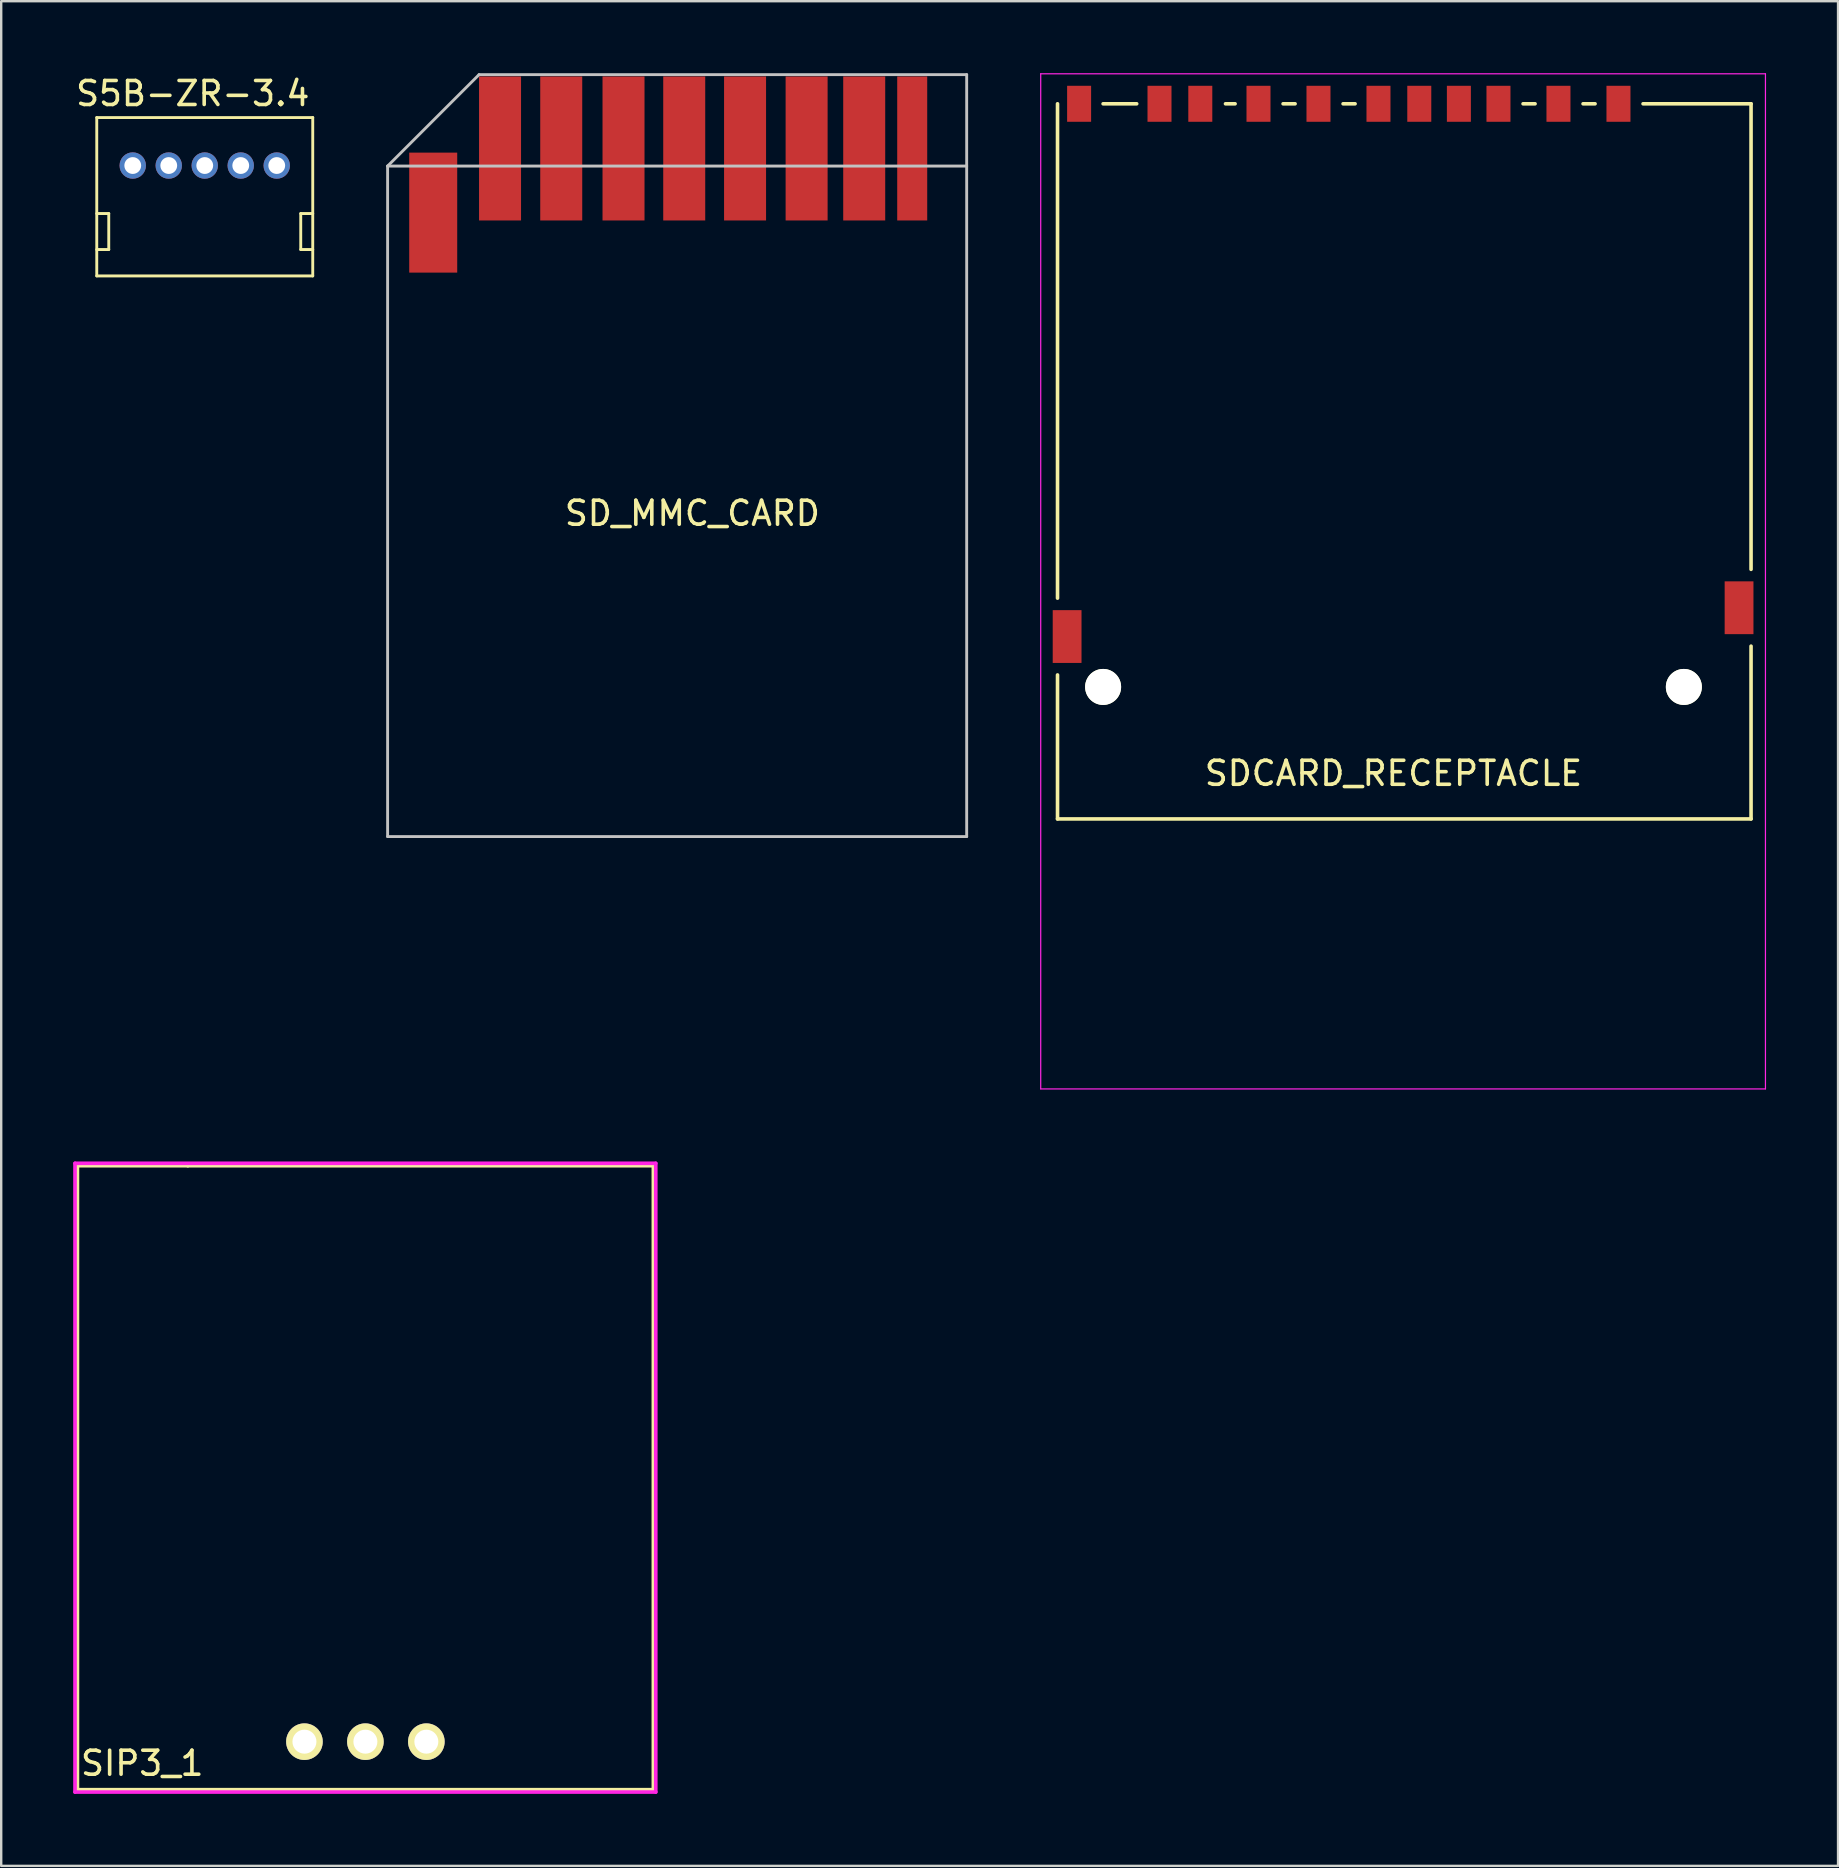
<source format=kicad_pcb>
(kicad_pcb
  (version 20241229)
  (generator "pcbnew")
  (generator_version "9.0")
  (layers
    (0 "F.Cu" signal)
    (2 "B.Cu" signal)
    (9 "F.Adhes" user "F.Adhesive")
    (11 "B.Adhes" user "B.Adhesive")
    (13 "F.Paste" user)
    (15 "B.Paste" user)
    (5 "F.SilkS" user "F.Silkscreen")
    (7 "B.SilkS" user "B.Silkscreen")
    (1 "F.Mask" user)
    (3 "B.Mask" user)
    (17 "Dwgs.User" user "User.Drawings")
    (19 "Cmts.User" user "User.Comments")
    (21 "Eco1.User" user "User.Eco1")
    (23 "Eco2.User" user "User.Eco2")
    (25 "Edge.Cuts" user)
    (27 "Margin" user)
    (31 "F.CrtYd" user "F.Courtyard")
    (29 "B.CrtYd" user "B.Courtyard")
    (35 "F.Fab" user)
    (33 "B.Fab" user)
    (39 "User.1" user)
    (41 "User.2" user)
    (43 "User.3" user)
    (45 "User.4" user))
  (footprint "SIP3_1"
    (layer "F.Cu")
    (at 12.176 69.526)
    (property "Reference" "SIP3_1" (at -9.3 0.9 0) (layer "F.SilkS") (effects (font (size 1 1) (thickness 0.15))))
    (attr through_hole)
    (fp_line (start -12 -24) (end -7.4 -24) (stroke (width 0.152) (type solid)) (layer "F.SilkS"))
    (fp_line (start -12 2) (end -12 -24) (stroke (width 0.152) (type solid)) (layer "F.SilkS"))
    (fp_line (start -7.4 -24) (end 12 -24) (stroke (width 0.152) (type solid)) (layer "F.SilkS"))
    (fp_line (start 12 2) (end -12 2) (stroke (width 0.152) (type solid)) (layer "F.SilkS"))
    (fp_line (start 12 2) (end 12 -24) (stroke (width 0.152) (type solid)) (layer "F.SilkS"))
    (fp_line (start -12.1 -24.1) (end 12.1 -24.1) (stroke (width 0.152) (type solid)) (layer "F.CrtYd"))
    (fp_line (start -12.1 2.1) (end -12.1 -24.1) (stroke (width 0.152) (type solid)) (layer "F.CrtYd"))
    (fp_line (start 12.1 -24.1) (end 12.1 2.1) (stroke (width 0.152) (type solid)) (layer "F.CrtYd"))
    (fp_line (start 12.1 2.1) (end -12.1 2.1) (stroke (width 0.152) (type solid)) (layer "F.CrtYd"))
    (pad "1" thru_hole circle (at -2.54 0) (size 1.524 1.524) (drill 1) (layers "*.Cu" "*.Mask" "F.SilkS"))
    (pad "2" thru_hole circle (at 0 0) (size 1.524 1.524) (drill 1) (layers "*.Cu" "*.Mask" "F.SilkS"))
    (pad "3" thru_hole circle (at 2.54 0) (size 1.524 1.524) (drill 1) (layers "*.Cu" "*.Mask" "F.SilkS")))
  (footprint "SDCARD_RECEPTACLE"
    (layer "F.Cu")
    (at 55.017 16.175)
    (property "Reference" "SDCARD_RECEPTACLE" (at 0 13 0) (layer "F.SilkS") (effects (font (size 1 1) (thickness 0.15))))
    (attr through_hole)
    (fp_line (start -14 5.7) (end -14 -14.9) (stroke (width 0.15) (type solid)) (layer "F.SilkS"))
    (fp_line (start -14 14.9) (end -14 8.9) (stroke (width 0.15) (type solid)) (layer "F.SilkS"))
    (fp_line (start -12.1 -14.9) (end -10.7 -14.9) (stroke (width 0.15) (type solid)) (layer "F.SilkS"))
    (fp_line (start -7 -14.9) (end -6.6 -14.9) (stroke (width 0.15) (type solid)) (layer "F.SilkS"))
    (fp_line (start -4.6 -14.9) (end -4.1 -14.9) (stroke (width 0.15) (type solid)) (layer "F.SilkS"))
    (fp_line (start -2.1 -14.9) (end -1.6 -14.9) (stroke (width 0.15) (type solid)) (layer "F.SilkS"))
    (fp_line (start 5.4 -14.9) (end 5.9 -14.9) (stroke (width 0.15) (type solid)) (layer "F.SilkS"))
    (fp_line (start 7.9 -14.9) (end 8.4 -14.9) (stroke (width 0.15) (type solid)) (layer "F.SilkS"))
    (fp_line (start 14.9 -14.9) (end 10.4 -14.9) (stroke (width 0.15) (type solid)) (layer "F.SilkS"))
    (fp_line (start 14.9 4.5) (end 14.9 -14.9) (stroke (width 0.15) (type solid)) (layer "F.SilkS"))
    (fp_line (start 14.9 14.9) (end -14 14.9) (stroke (width 0.15) (type solid)) (layer "F.SilkS"))
    (fp_line (start 14.9 14.9) (end 14.9 7.7) (stroke (width 0.15) (type solid)) (layer "F.SilkS"))
    (fp_line (start -14.7 -16.15) (end -14.7 26.15) (stroke (width 0.05) (type solid)) (layer "F.CrtYd"))
    (fp_line (start -14.7 26.15) (end 15.5 26.15) (stroke (width 0.05) (type solid)) (layer "F.CrtYd"))
    (fp_line (start 15.5 -16.15) (end -14.7 -16.15) (stroke (width 0.05) (type solid)) (layer "F.CrtYd"))
    (fp_line (start 15.5 26.15) (end 15.5 -16.15) (stroke (width 0.05) (type solid)) (layer "F.CrtYd"))
    (pad "" np_thru_hole circle (at -12.1 9.4) (size 1.5 1.5) (drill 1.5) (layers "*.Cu" "*.Mask" "F.SilkS"))
    (pad "" np_thru_hole circle (at 12.1 9.4) (size 1.5 1.5) (drill 1.5) (layers "*.Cu" "*.Mask" "F.SilkS"))
    (pad "1" smd rect (at 6.875 -14.9) (size 1 1.5) (layers "F.Cu" "F.Mask" "F.Paste"))
    (pad "2" smd rect (at 4.375 -14.9) (size 1 1.5) (layers "F.Cu" "F.Mask" "F.Paste"))
    (pad "3" smd rect (at 1.075 -14.9) (size 1 1.5) (layers "F.Cu" "F.Mask" "F.Paste"))
    (pad "4" smd rect (at -0.625 -14.9) (size 1 1.5) (layers "F.Cu" "F.Mask" "F.Paste"))
    (pad "5" smd rect (at -3.125 -14.9) (size 1 1.5) (layers "F.Cu" "F.Mask" "F.Paste"))
    (pad "6" smd rect (at -5.625 -14.9) (size 1 1.5) (layers "F.Cu" "F.Mask" "F.Paste"))
    (pad "7" smd rect (at -8.05 -14.9) (size 1 1.5) (layers "F.Cu" "F.Mask" "F.Paste"))
    (pad "8" smd rect (at -9.75 -14.9) (size 1 1.5) (layers "F.Cu" "F.Mask" "F.Paste"))
    (pad "9" smd rect (at 9.375 -14.9) (size 1 1.5) (layers "F.Cu" "F.Mask" "F.Paste"))
    (pad "10" smd rect (at 2.725 -14.9) (size 1 1.5) (layers "F.Cu" "F.Mask" "F.Paste"))
    (pad "11" smd rect (at -13.1 -14.9) (size 1 1.5) (layers "F.Cu" "F.Mask" "F.Paste"))
    (pad "12" smd rect (at 14.4 6.1) (size 1.2 2.2) (layers "F.Cu" "F.Mask" "F.Paste"))
    (pad "13" smd rect (at -13.6 7.3) (size 1.2 2.2) (layers "F.Cu" "F.Mask" "F.Paste")))
  (footprint "S5B-ZR-3.4"
    (layer "F.Cu")
    (at 5.482 3.848)
    (property "Reference" "S5B-ZR-3.4" (at -0.5 -3 0) (unlocked yes) (layer "F.SilkS") (effects (font (size 1 1) (thickness 0.15))))
    (attr through_hole)
    (fp_line (start -4.5 -2) (end -4.5 4.6) (stroke (width 0.12) (type solid)) (layer "F.SilkS"))
    (fp_line (start -4.5 -2) (end 4.5 -2) (stroke (width 0.12) (type solid)) (layer "F.SilkS"))
    (fp_line (start -4.5 2) (end -4 2) (stroke (width 0.12) (type solid)) (layer "F.SilkS"))
    (fp_line (start -4.5 4.6) (end 4.5 4.6) (stroke (width 0.12) (type solid)) (layer "F.SilkS"))
    (fp_line (start -4 2) (end -4 3.5) (stroke (width 0.12) (type solid)) (layer "F.SilkS"))
    (fp_line (start -4 3.5) (end -4.5 3.5) (stroke (width 0.12) (type solid)) (layer "F.SilkS"))
    (fp_line (start 4 2) (end 4 3.5) (stroke (width 0.12) (type solid)) (layer "F.SilkS"))
    (fp_line (start 4 3.5) (end 4.5 3.5) (stroke (width 0.12) (type solid)) (layer "F.SilkS"))
    (fp_line (start 4.5 -2) (end 4.5 4.6) (stroke (width 0.12) (type solid)) (layer "F.SilkS"))
    (fp_line (start 4.5 2) (end 4 2) (stroke (width 0.12) (type solid)) (layer "F.SilkS"))
    (pad "1" thru_hole circle (at -3 0) (size 1.1 1.1) (drill 0.7) (layers "*.Cu" "*.Mask"))
    (pad "2" thru_hole circle (at -1.5 0) (size 1.1 1.1) (drill 0.7) (layers "*.Cu" "*.Mask"))
    (pad "3" thru_hole circle (at 0 0) (size 1.1 1.1) (drill 0.7) (layers "*.Cu" "*.Mask"))
    (pad "4" thru_hole circle (at 1.5 0) (size 1.1 1.1) (drill 0.7) (layers "*.Cu" "*.Mask"))
    (pad "5" thru_hole circle (at 3 0) (size 1.1 1.1) (drill 0.7) (layers "*.Cu" "*.Mask")))
  (footprint "SD_MMC_CARD"
    (layer "F.Cu")
    (at 25.802 17.84)
    (property "Reference" "SD_MMC_CARD" (at 0 0.5 0) (layer "F.SilkS") (effects (font (size 1 1) (thickness 0.15))))
    (attr through_hole)
    (fp_line (start -12.7 -13.97) (end -8.89 -17.78) (stroke (width 0.12) (type solid)) (layer "Dwgs.User"))
    (fp_line (start -12.7 -13.97) (end 11.43 -13.97) (stroke (width 0.12) (type solid)) (layer "Dwgs.User"))
    (fp_line (start -12.7 13.97) (end -12.7 -13.97) (stroke (width 0.12) (type solid)) (layer "Dwgs.User"))
    (fp_line (start -8.89 -17.78) (end 11.43 -17.78) (stroke (width 0.12) (type solid)) (layer "Dwgs.User"))
    (fp_line (start 11.43 -17.78) (end 11.43 13.97) (stroke (width 0.12) (type solid)) (layer "Dwgs.User"))
    (fp_line (start 11.43 13.97) (end -12.7 13.97) (stroke (width 0.12) (type solid)) (layer "Dwgs.User"))
    (pad "1" smd rect (at -8.015 -14.703) (size 1.75 6) (layers "F.Cu" "F.Mask" "F.Paste"))
    (pad "2" smd rect (at -5.465 -14.703) (size 1.75 6) (layers "F.Cu" "F.Mask" "F.Paste"))
    (pad "3" smd rect (at -2.87 -14.703) (size 1.75 6) (layers "F.Cu" "F.Mask" "F.Paste"))
    (pad "4" smd rect (at -0.34 -14.703) (size 1.75 6) (layers "F.Cu" "F.Mask" "F.Paste"))
    (pad "5" smd rect (at 2.195 -14.703) (size 1.75 6) (layers "F.Cu" "F.Mask" "F.Paste"))
    (pad "6" smd rect (at 4.76 -14.703) (size 1.75 6) (layers "F.Cu" "F.Mask" "F.Paste"))
    (pad "7" smd rect (at 7.16 -14.703) (size 1.75 6) (layers "F.Cu" "F.Mask" "F.Paste"))
    (pad "8" smd rect (at 9.16 -14.703) (size 1.25 6) (layers "F.Cu" "F.Mask" "F.Paste"))
    (pad "9" smd rect (at -10.8 -12.03) (size 2 5) (layers "F.Cu" "F.Mask" "F.Paste")))
  (gr_rect
    (start -3 -3)
    (end 73.542 74.702)
    (stroke (width 0.1) (type default))
    (fill no)
    (layer "Edge.Cuts")))
</source>
